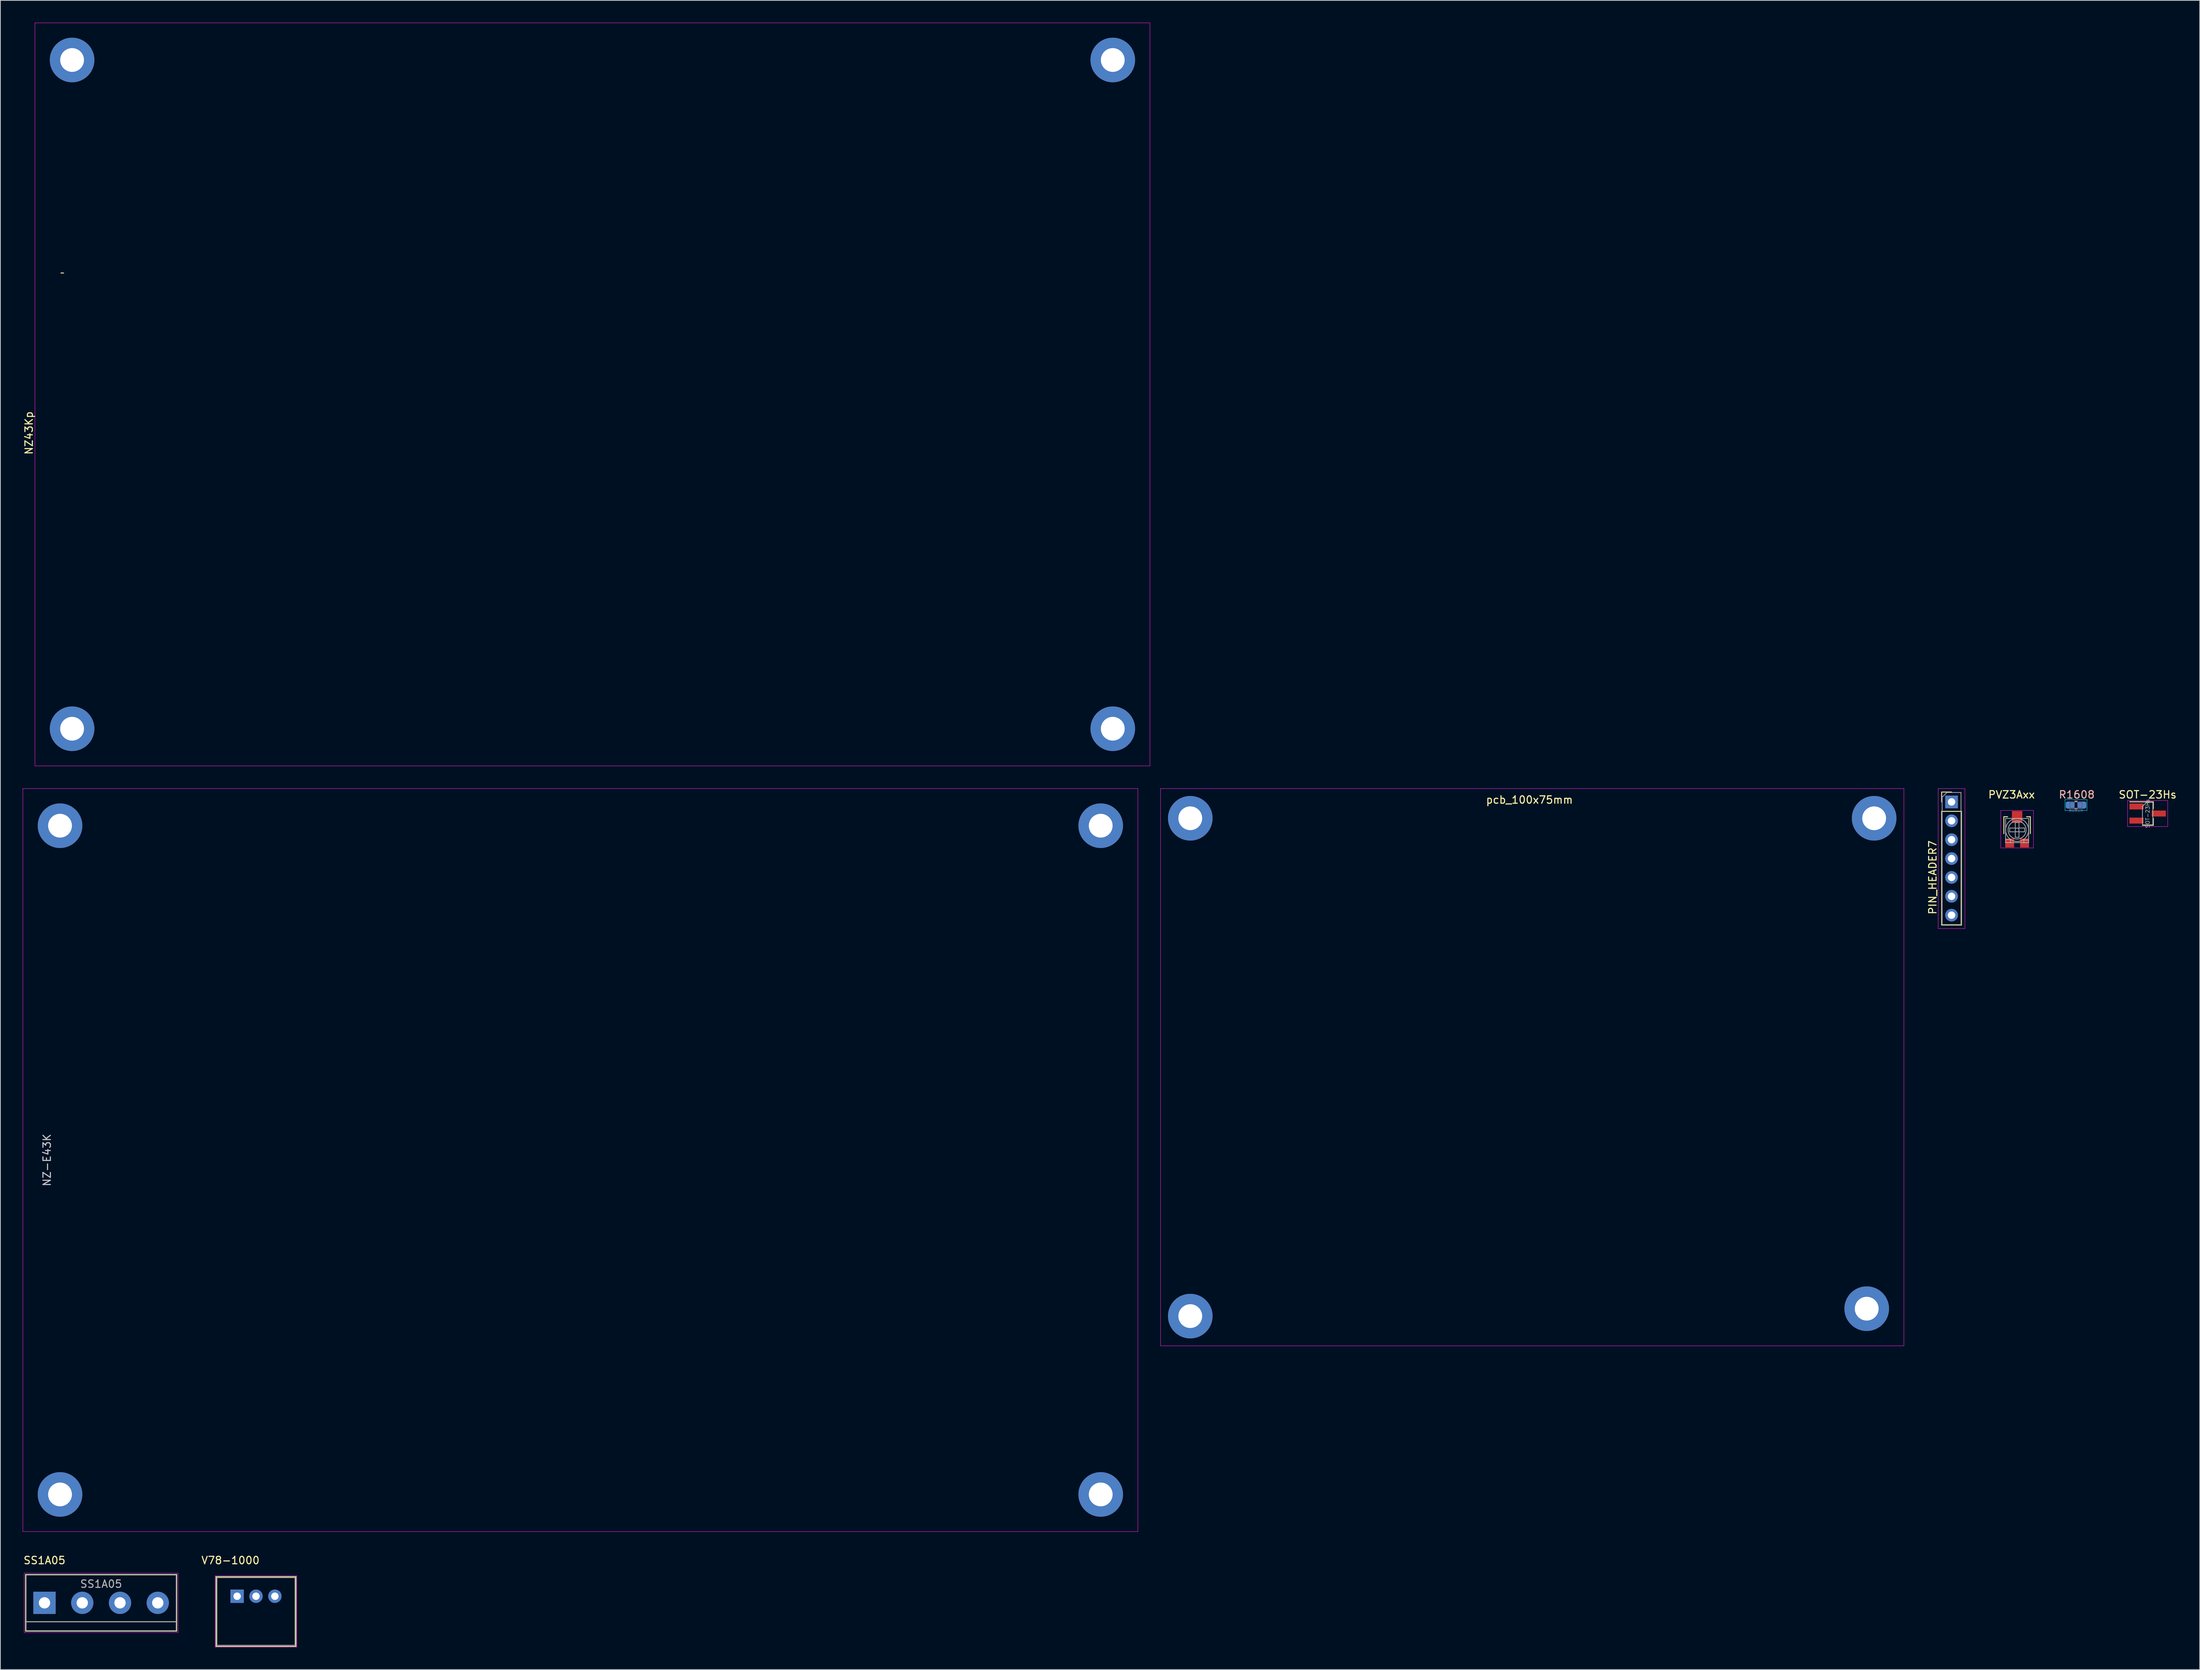
<source format=kicad_pcb>
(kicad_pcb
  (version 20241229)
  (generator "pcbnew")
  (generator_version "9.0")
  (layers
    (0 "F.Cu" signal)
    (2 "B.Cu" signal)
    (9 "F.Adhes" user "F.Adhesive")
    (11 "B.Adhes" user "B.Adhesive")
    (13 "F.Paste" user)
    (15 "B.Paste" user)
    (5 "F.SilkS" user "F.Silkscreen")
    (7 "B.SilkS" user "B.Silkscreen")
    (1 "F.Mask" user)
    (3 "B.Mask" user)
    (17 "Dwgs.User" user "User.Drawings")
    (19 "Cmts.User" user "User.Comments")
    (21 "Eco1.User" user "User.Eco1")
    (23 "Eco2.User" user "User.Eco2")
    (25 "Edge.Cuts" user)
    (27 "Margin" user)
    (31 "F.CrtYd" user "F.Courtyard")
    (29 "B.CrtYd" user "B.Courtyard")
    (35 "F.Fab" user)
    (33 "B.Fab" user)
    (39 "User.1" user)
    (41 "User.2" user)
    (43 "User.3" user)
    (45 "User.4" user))
  (footprint "V78-1000"
    (layer "F.Cu")
    (at 31.388 211.774)
    (property "Reference" "V78-1000" (at -3.429 -4.826 0) (layer "F.SilkS") (effects (font (size 1 1) (thickness 0.15))))
    (attr through_hole)
    (fp_line (start -5.37 -2.62) (end -5.37 6.75) (stroke (width 0.12) (type solid)) (layer "F.SilkS"))
    (fp_line (start -5.37 -2.62) (end 5.37 -2.62) (stroke (width 0.12) (type solid)) (layer "F.SilkS"))
    (fp_line (start -5.37 6.75) (end 5.37 6.75) (stroke (width 0.12) (type solid)) (layer "F.SilkS"))
    (fp_line (start 5.37 -2.62) (end 5.37 6.75) (stroke (width 0.12) (type solid)) (layer "F.SilkS"))
    (fp_line (start -5.5 -2.75) (end -5.5 6.85) (stroke (width 0.05) (type solid)) (layer "F.CrtYd"))
    (fp_line (start -5.5 6.85) (end 5.5 6.85) (stroke (width 0.05) (type solid)) (layer "F.CrtYd"))
    (fp_line (start 5.5 -2.75) (end -5.5 -2.75) (stroke (width 0.05) (type solid)) (layer "F.CrtYd"))
    (fp_line (start 5.5 6.85) (end 5.5 -2.75) (stroke (width 0.05) (type solid)) (layer "F.CrtYd"))
    (fp_line (start -5.25 -2.5) (end -5.25 6.6) (stroke (width 0.1) (type solid)) (layer "F.Fab"))
    (fp_line (start -5.25 6.6) (end 5.25 6.6) (stroke (width 0.1) (type solid)) (layer "F.Fab"))
    (fp_line (start 5.25 -2.5) (end -5.25 -2.5) (stroke (width 0.1) (type solid)) (layer "F.Fab"))
    (fp_line (start 5.25 6.6) (end 5.25 -2.5) (stroke (width 0.1) (type solid)) (layer "F.Fab"))
    (pad "1" thru_hole rect (at -2.54 0) (size 1.8 1.8) (drill 1) (layers "*.Cu" "*.Mask"))
    (pad "2" thru_hole oval (at 0 0) (size 1.8 1.8) (drill 1) (layers "*.Cu" "*.Mask"))
    (pad "3" thru_hole oval (at 2.54 0) (size 1.8 1.8) (drill 1) (layers "*.Cu" "*.Mask")))
  (footprint "NZ-E43K"
    (layer "F.Cu")
    (at 75.025 153.075)
    (property "Reference" "NZ-E43K" (at -71.755 0 90) (layer "Dwgs.User") (effects (font (size 1 1) (thickness 0.15))))
    (attr through_hole)
    (fp_line (start -75 -50) (end 75 -50) (stroke (width 0.05) (type solid)) (layer "F.CrtYd"))
    (fp_line (start -75 50) (end -75 -50) (stroke (width 0.05) (type solid)) (layer "F.CrtYd"))
    (fp_line (start 75 -50) (end 75 50) (stroke (width 0.05) (type solid)) (layer "F.CrtYd"))
    (fp_line (start 75 50) (end -75 50) (stroke (width 0.05) (type solid)) (layer "F.CrtYd"))
    (pad "" np_thru_hole circle (at -70 -45) (size 6 6) (drill 3.2) (layers "*.Cu" "*.Mask"))
    (pad "" np_thru_hole circle (at -70 45) (size 6 6) (drill 3.2) (layers "*.Cu" "*.Mask"))
    (pad "" np_thru_hole circle (at 70 -45) (size 6 6) (drill 3.2) (layers "*.Cu" "*.Mask"))
    (pad "" np_thru_hole circle (at 70 45) (size 6 6) (drill 3.2) (layers "*.Cu" "*.Mask")))
  (footprint "SS1A05"
    (layer "F.Cu")
    (at 2.935 212.663)
    (property "Reference" "SS1A05" (at 0 -5.715 0) (layer "F.SilkS") (effects (font (size 1 1) (thickness 0.15))))
    (attr through_hole)
    (fp_line (start -2.54 -3.81) (end -2.54 3.81) (stroke (width 0.12) (type solid)) (layer "F.SilkS"))
    (fp_line (start -2.54 -3.81) (end 17.78 -3.81) (stroke (width 0.12) (type solid)) (layer "F.SilkS"))
    (fp_line (start -2.54 3.81) (end 17.78 3.81) (stroke (width 0.12) (type solid)) (layer "F.SilkS"))
    (fp_line (start 17.78 2.54) (end -2.54 2.54) (stroke (width 0.12) (type solid)) (layer "F.SilkS"))
    (fp_line (start 17.78 3.81) (end 17.78 -3.81) (stroke (width 0.12) (type solid)) (layer "F.SilkS"))
    (fp_line (start -2.73 -4) (end -2.73 4) (stroke (width 0.05) (type solid)) (layer "F.CrtYd"))
    (fp_line (start -2.73 -4) (end 17.97 -4) (stroke (width 0.05) (type solid)) (layer "F.CrtYd"))
    (fp_line (start 17.97 4) (end -2.73 4) (stroke (width 0.05) (type solid)) (layer "F.CrtYd"))
    (fp_line (start 17.97 4) (end 17.97 -4) (stroke (width 0.05) (type solid)) (layer "F.CrtYd"))
    (fp_line (start -2.48 -3.75) (end 17.72 -3.75) (stroke (width 0.1) (type solid)) (layer "F.Fab"))
    (fp_line (start -2.48 2.55) (end 17.72 2.55) (stroke (width 0.1) (type solid)) (layer "F.Fab"))
    (fp_line (start -2.48 3.75) (end -2.48 -3.75) (stroke (width 0.1) (type solid)) (layer "F.Fab"))
    (fp_line (start -2.43 3.75) (end -2.48 3.75) (stroke (width 0.1) (type solid)) (layer "F.Fab"))
    (fp_line (start 17.72 -3.75) (end 17.72 3.75) (stroke (width 0.1) (type solid)) (layer "F.Fab"))
    (fp_line (start 17.72 3.75) (end -2.43 3.75) (stroke (width 0.1) (type solid)) (layer "F.Fab"))
    (fp_text user "${REFERENCE}" (at 7.62 -2.54 0) (layer "F.Fab") (effects (font (size 1 1) (thickness 0.15))))
    (pad "1" thru_hole rect (at 0 0) (size 3 3) (drill 1.52) (layers "*.Cu" "*.Mask"))
    (pad "2" thru_hole circle (at 5.08 0) (size 3 3) (drill 1.52) (layers "*.Cu" "*.Mask"))
    (pad "3" thru_hole circle (at 10.16 0) (size 3 3) (drill 1.52) (layers "*.Cu" "*.Mask"))
    (pad "4" thru_hole circle (at 15.24 0) (size 3 3) (drill 1.52) (layers "*.Cu" "*.Mask")))
  (footprint "NZ43Kp"
    (layer "F.Cu")
    (at 76.648 50.025)
    (property "Reference" "NZ43Kp" (at -75.8 5.2 90) (layer "F.SilkS") (effects (font (size 1 1) (thickness 0.15))))
    (attr through_hole)
    (fp_line (start -71.5 -16.333) (end -71.14 -16.333) (stroke (width 0.12) (type solid)) (layer "F.SilkS"))
    (fp_line (start -75 -50) (end 75 -50) (stroke (width 0.05) (type solid)) (layer "F.CrtYd"))
    (fp_line (start -75 50) (end -75 -50) (stroke (width 0.05) (type solid)) (layer "F.CrtYd"))
    (fp_line (start 75 -50) (end 75 50) (stroke (width 0.05) (type solid)) (layer "F.CrtYd"))
    (fp_line (start 75 50) (end -75 50) (stroke (width 0.05) (type solid)) (layer "F.CrtYd"))
    (pad "" np_thru_hole circle (at -70 -45) (size 6 6) (drill 3.2) (layers "*.Cu" "*.Mask"))
    (pad "" np_thru_hole circle (at -70 45) (size 6 6) (drill 3.2) (layers "*.Cu" "*.Mask"))
    (pad "" np_thru_hole circle (at 70 -45) (size 6 6) (drill 3.2) (layers "*.Cu" "*.Mask"))
    (pad "" np_thru_hole circle (at 70 45) (size 6 6) (drill 3.2) (layers "*.Cu" "*.Mask")))
  (footprint "PIN_HEADER7"
    (layer "F.Cu")
    (at 259.488 104.875)
    (property "Reference" "PIN_HEADER7" (at -2.54 10.16 90) (layer "F.SilkS") (effects (font (size 1 1) (thickness 0.15))))
    (attr through_hole)
    (fp_line (start -1.33 -1.33) (end 0 -1.33) (stroke (width 0.12) (type solid)) (layer "F.SilkS"))
    (fp_line (start -1.33 0) (end -1.33 -1.33) (stroke (width 0.12) (type solid)) (layer "F.SilkS"))
    (fp_line (start -1.33 1.27) (end -1.33 16.57) (stroke (width 0.12) (type solid)) (layer "F.SilkS"))
    (fp_line (start -1.33 1.27) (end 1.33 1.27) (stroke (width 0.12) (type solid)) (layer "F.SilkS"))
    (fp_line (start -1.33 16.57) (end 1.33 16.57) (stroke (width 0.12) (type solid)) (layer "F.SilkS"))
    (fp_line (start 1.33 1.27) (end 1.33 16.57) (stroke (width 0.12) (type solid)) (layer "F.SilkS"))
    (fp_line (start -1.8 -1.8) (end -1.8 17.05) (stroke (width 0.05) (type solid)) (layer "F.CrtYd"))
    (fp_line (start -1.8 17.05) (end 1.8 17.05) (stroke (width 0.05) (type solid)) (layer "F.CrtYd"))
    (fp_line (start 1.8 -1.8) (end -1.8 -1.8) (stroke (width 0.05) (type solid)) (layer "F.CrtYd"))
    (fp_line (start 1.8 17.05) (end 1.8 -1.8) (stroke (width 0.05) (type solid)) (layer "F.CrtYd"))
    (fp_line (start -1.27 -0.635) (end -0.635 -1.27) (stroke (width 0.1) (type solid)) (layer "F.Fab"))
    (fp_line (start -1.27 16.51) (end -1.27 -0.635) (stroke (width 0.1) (type solid)) (layer "F.Fab"))
    (fp_line (start -0.635 -1.27) (end 1.27 -1.27) (stroke (width 0.1) (type solid)) (layer "F.Fab"))
    (fp_line (start 1.27 -1.27) (end 1.27 16.51) (stroke (width 0.1) (type solid)) (layer "F.Fab"))
    (fp_line (start 1.27 16.51) (end -1.27 16.51) (stroke (width 0.1) (type solid)) (layer "F.Fab"))
    (pad "1" thru_hole rect (at 0 0) (size 1.7 1.7) (drill 1) (layers "*.Cu" "*.Mask"))
    (pad "2" thru_hole oval (at 0 2.54) (size 1.7 1.7) (drill 1) (layers "*.Cu" "*.Mask"))
    (pad "3" thru_hole oval (at 0 5.08) (size 1.7 1.7) (drill 1) (layers "*.Cu" "*.Mask"))
    (pad "4" thru_hole oval (at 0 7.62) (size 1.7 1.7) (drill 1) (layers "*.Cu" "*.Mask"))
    (pad "5" thru_hole oval (at 0 10.16) (size 1.7 1.7) (drill 1) (layers "*.Cu" "*.Mask"))
    (pad "6" thru_hole oval (at 0 12.7) (size 1.7 1.7) (drill 1) (layers "*.Cu" "*.Mask"))
    (pad "7" thru_hole oval (at 0 15.24) (size 1.7 1.7) (drill 1) (layers "*.Cu" "*.Mask")))
  (footprint "R1608"
    (layer "F.Cu")
    (at 276.231 105.298)
    (property "Reference" "R1608" (at 0.1 -1.4 0) (layer "B.SilkS") (effects (font (size 1 1) (thickness 0.15))))
    (attr through_hole)
    (fp_line (start -0.163 -0.51) (end 0.163 -0.51) (stroke (width 0.12) (type solid)) (layer "B.SilkS"))
    (fp_line (start -0.163 0.51) (end 0.163 0.51) (stroke (width 0.12) (type solid)) (layer "B.SilkS"))
    (fp_line (start -1.48 -0.73) (end -1.48 0.73) (stroke (width 0.05) (type solid)) (layer "B.CrtYd"))
    (fp_line (start -1.48 0.73) (end 1.48 0.73) (stroke (width 0.05) (type solid)) (layer "B.CrtYd"))
    (fp_line (start 1.48 -0.73) (end -1.48 -0.73) (stroke (width 0.05) (type solid)) (layer "B.CrtYd"))
    (fp_line (start 1.48 0.73) (end 1.48 -0.73) (stroke (width 0.05) (type solid)) (layer "B.CrtYd"))
    (fp_line (start -0.8 -0.4) (end -0.8 0.4) (stroke (width 0.1) (type solid)) (layer "B.Fab"))
    (fp_line (start -0.8 0.4) (end 0.8 0.4) (stroke (width 0.1) (type solid)) (layer "B.Fab"))
    (fp_line (start 0.8 -0.4) (end -0.8 -0.4) (stroke (width 0.1) (type solid)) (layer "B.Fab"))
    (fp_line (start 0.8 0.4) (end 0.8 -0.4) (stroke (width 0.1) (type solid)) (layer "B.Fab"))
    (fp_text user "${REFERENCE}" (at 0 0.7 0) (layer "B.Fab") (effects (font (size 0.4 0.4) (thickness 0.06)) (justify mirror)))
    (pad "1" smd roundrect (at -0.787 0) (size 1.2 0.95) (layers "B.Cu" "B.Mask" "B.Paste") (roundrect_rratio 0.25))
    (pad "2" smd roundrect (at 0.787 0) (size 1.2 0.95) (layers "B.Cu" "B.Mask" "B.Paste") (roundrect_rratio 0.25)))
  (footprint "PVZ3Axx"
    (layer "F.Cu")
    (at 268.307 108.648)
    (property "Reference" "PVZ3Axx" (at -0.75 -4.75 0) (layer "F.SilkS") (effects (font (size 1 1) (thickness 0.15))))
    (attr through_hole)
    (fp_line (start -1.78 -1.78) (end -1.27 -1.78) (stroke (width 0.12) (type solid)) (layer "F.SilkS"))
    (fp_line (start -1.78 0.5) (end -1.78 -1.78) (stroke (width 0.12) (type solid)) (layer "F.SilkS"))
    (fp_line (start 1.27 -1.78) (end 1.78 -1.78) (stroke (width 0.12) (type solid)) (layer "F.SilkS"))
    (fp_line (start 1.78 -1.78) (end 1.78 0.5) (stroke (width 0.12) (type solid)) (layer "F.SilkS"))
    (fp_line (start -2.2 -2.63) (end 2.2 -2.63) (stroke (width 0.05) (type solid)) (layer "F.CrtYd"))
    (fp_line (start -2.2 2.42) (end -2.2 -2.63) (stroke (width 0.05) (type solid)) (layer "F.CrtYd"))
    (fp_line (start 2.2 -2.63) (end 2.2 2.42) (stroke (width 0.05) (type solid)) (layer "F.CrtYd"))
    (fp_line (start 2.2 2.42) (end -2.2 2.42) (stroke (width 0.05) (type solid)) (layer "F.CrtYd"))
    (fp_line (start -1.55 -1.55) (end 1.55 -1.55) (stroke (width 0.1) (type solid)) (layer "F.Fab"))
    (fp_line (start -1.55 1.29) (end -0.9 1.29) (stroke (width 0.1) (type solid)) (layer "F.Fab"))
    (fp_line (start -1.55 1.7) (end -1.55 -1.55) (stroke (width 0.1) (type solid)) (layer "F.Fab"))
    (fp_line (start -1 -0.26) (end -0.25 -0.26) (stroke (width 0.1) (type solid)) (layer "F.Fab"))
    (fp_line (start -1 0.25) (end -1 -0.26) (stroke (width 0.1) (type solid)) (layer "F.Fab"))
    (fp_line (start -0.9 1.29) (end -0.9 1.7) (stroke (width 0.1) (type solid)) (layer "F.Fab"))
    (fp_line (start -0.25 -1) (end 0.25 -1) (stroke (width 0.1) (type solid)) (layer "F.Fab"))
    (fp_line (start -0.25 -0.26) (end -0.25 -1) (stroke (width 0.1) (type solid)) (layer "F.Fab"))
    (fp_line (start -0.25 0.25) (end -1 0.25) (stroke (width 0.1) (type solid)) (layer "F.Fab"))
    (fp_line (start -0.25 0.99) (end -0.25 0.25) (stroke (width 0.1) (type solid)) (layer "F.Fab"))
    (fp_line (start 0.25 -1) (end 0.25 -0.26) (stroke (width 0.1) (type solid)) (layer "F.Fab"))
    (fp_line (start 0.25 -0.26) (end 1 -0.26) (stroke (width 0.1) (type solid)) (layer "F.Fab"))
    (fp_line (start 0.25 0.25) (end 0.25 0.99) (stroke (width 0.1) (type solid)) (layer "F.Fab"))
    (fp_line (start 0.25 0.99) (end -0.25 0.99) (stroke (width 0.1) (type solid)) (layer "F.Fab"))
    (fp_line (start 0.9 1.35) (end 0.9 1.7) (stroke (width 0.1) (type solid)) (layer "F.Fab"))
    (fp_line (start 1 -0.26) (end 1 0.25) (stroke (width 0.1) (type solid)) (layer "F.Fab"))
    (fp_line (start 1 0.25) (end 0.25 0.25) (stroke (width 0.1) (type solid)) (layer "F.Fab"))
    (fp_line (start 1.55 -1.55) (end 1.55 1.7) (stroke (width 0.1) (type solid)) (layer "F.Fab"))
    (fp_line (start 1.55 1.35) (end 0.9 1.35) (stroke (width 0.1) (type solid)) (layer "F.Fab"))
    (fp_line (start 1.55 1.7) (end -1.55 1.7) (stroke (width 0.1) (type solid)) (layer "F.Fab"))
    (fp_circle (center 0 0) (end 0 -1.55) (stroke (width 0.1) (type solid)) (fill no) (layer "F.Fab"))
    (fp_circle (center 0 0) (end 0 -1.21) (stroke (width 0.1) (type solid)) (fill no) (layer "F.Fab"))
    (fp_circle (center 0 0) (end 0 -0.26) (stroke (width 0.1) (type solid)) (fill no) (layer "F.Fab"))
    (pad "1" smd rect (at -1 1.75) (size 1.2 1.2) (layers "F.Cu" "F.Mask" "F.Paste"))
    (pad "2" smd rect (at 0 -1.75) (size 1.4 1.6) (layers "F.Cu" "F.Mask" "F.Paste"))
    (pad "3" smd rect (at 1 1.75) (size 1.2 1.2) (layers "F.Cu" "F.Mask" "F.Paste")))
  (footprint "SOT-23Hs"
    (layer "F.Cu")
    (at 285.867 106.438)
    (property "Reference" "SOT-23Hs" (at 0 -2.54 0) (layer "F.SilkS") (effects (font (size 1 1) (thickness 0.15))))
    (attr through_hole)
    (fp_line (start 0.76 -1.58) (end -2.4 -1.58) (stroke (width 0.12) (type solid)) (layer "F.SilkS"))
    (fp_line (start 0.76 -1.58) (end 0.76 -0.65) (stroke (width 0.12) (type solid)) (layer "F.SilkS"))
    (fp_line (start 0.76 1.58) (end -0.7 1.58) (stroke (width 0.12) (type solid)) (layer "F.SilkS"))
    (fp_line (start 0.76 1.58) (end 0.76 0.65) (stroke (width 0.12) (type solid)) (layer "F.SilkS"))
    (fp_line (start -2.7 -1.75) (end 2.7 -1.75) (stroke (width 0.05) (type solid)) (layer "F.CrtYd"))
    (fp_line (start -2.7 1.75) (end -2.7 -1.75) (stroke (width 0.05) (type solid)) (layer "F.CrtYd"))
    (fp_line (start 2.7 -1.75) (end 2.7 1.75) (stroke (width 0.05) (type solid)) (layer "F.CrtYd"))
    (fp_line (start 2.7 1.75) (end -2.7 1.75) (stroke (width 0.05) (type solid)) (layer "F.CrtYd"))
    (fp_line (start -0.7 -0.95) (end -0.7 1.5) (stroke (width 0.1) (type solid)) (layer "F.Fab"))
    (fp_line (start -0.7 -0.95) (end -0.15 -1.52) (stroke (width 0.1) (type solid)) (layer "F.Fab"))
    (fp_line (start -0.7 1.52) (end 0.7 1.52) (stroke (width 0.1) (type solid)) (layer "F.Fab"))
    (fp_line (start -0.15 -1.52) (end 0.7 -1.52) (stroke (width 0.1) (type solid)) (layer "F.Fab"))
    (fp_line (start 0.7 -1.52) (end 0.7 1.52) (stroke (width 0.1) (type solid)) (layer "F.Fab"))
    (fp_text user "${REFERENCE}" (at 0 0 90) (layer "F.Fab") (effects (font (size 0.5 0.5) (thickness 0.075))))
    (pad "1" smd rect (at -1.5 -0.95) (size 1.9 0.8) (layers "F.Cu" "F.Mask" "F.Paste"))
    (pad "2" smd rect (at -1.5 0.95) (size 1.9 0.8) (layers "F.Cu" "F.Mask" "F.Paste"))
    (pad "3" smd rect (at 1.5 0) (size 1.9 0.8) (layers "F.Cu" "F.Mask" "F.Paste")))
  (footprint "pcb_100x75mm"
    (layer "F.Cu")
    (at 203.075 140.575)
    (property "Reference" "pcb_100x75mm" (at -0.369 -35.979 180) (layer "F.SilkS") (effects (font (size 1 1) (thickness 0.15))))
    (attr through_hole)
    (fp_line (start -50 -37.5) (end 50 -37.5) (stroke (width 0.05) (type solid)) (layer "F.CrtYd"))
    (fp_line (start -50 37.5) (end -50 -37.5) (stroke (width 0.05) (type solid)) (layer "F.CrtYd"))
    (fp_line (start 50 -37.5) (end 50 37.5) (stroke (width 0.05) (type solid)) (layer "F.CrtYd"))
    (fp_line (start 50 37.5) (end -50 37.5) (stroke (width 0.05) (type solid)) (layer "F.CrtYd"))
    (pad "" np_thru_hole circle (at -46 -33.5 90) (size 6 6) (drill 3.2) (layers "*.Cu" "*.Mask"))
    (pad "" np_thru_hole circle (at -46 33.5 90) (size 6 6) (drill 3.2) (layers "*.Cu" "*.Mask"))
    (pad "" np_thru_hole circle (at 45 32.5 90) (size 6 6) (drill 3.2) (layers "*.Cu" "*.Mask"))
    (pad "" np_thru_hole circle (at 46 -33.5 90) (size 6 6) (drill 3.2) (layers "*.Cu" "*.Mask")))
  (gr_rect
    (start -3 -3)
    (end 292.873 221.649)
    (stroke (width 0.1) (type default))
    (fill no)
    (layer "Edge.Cuts")))
</source>
